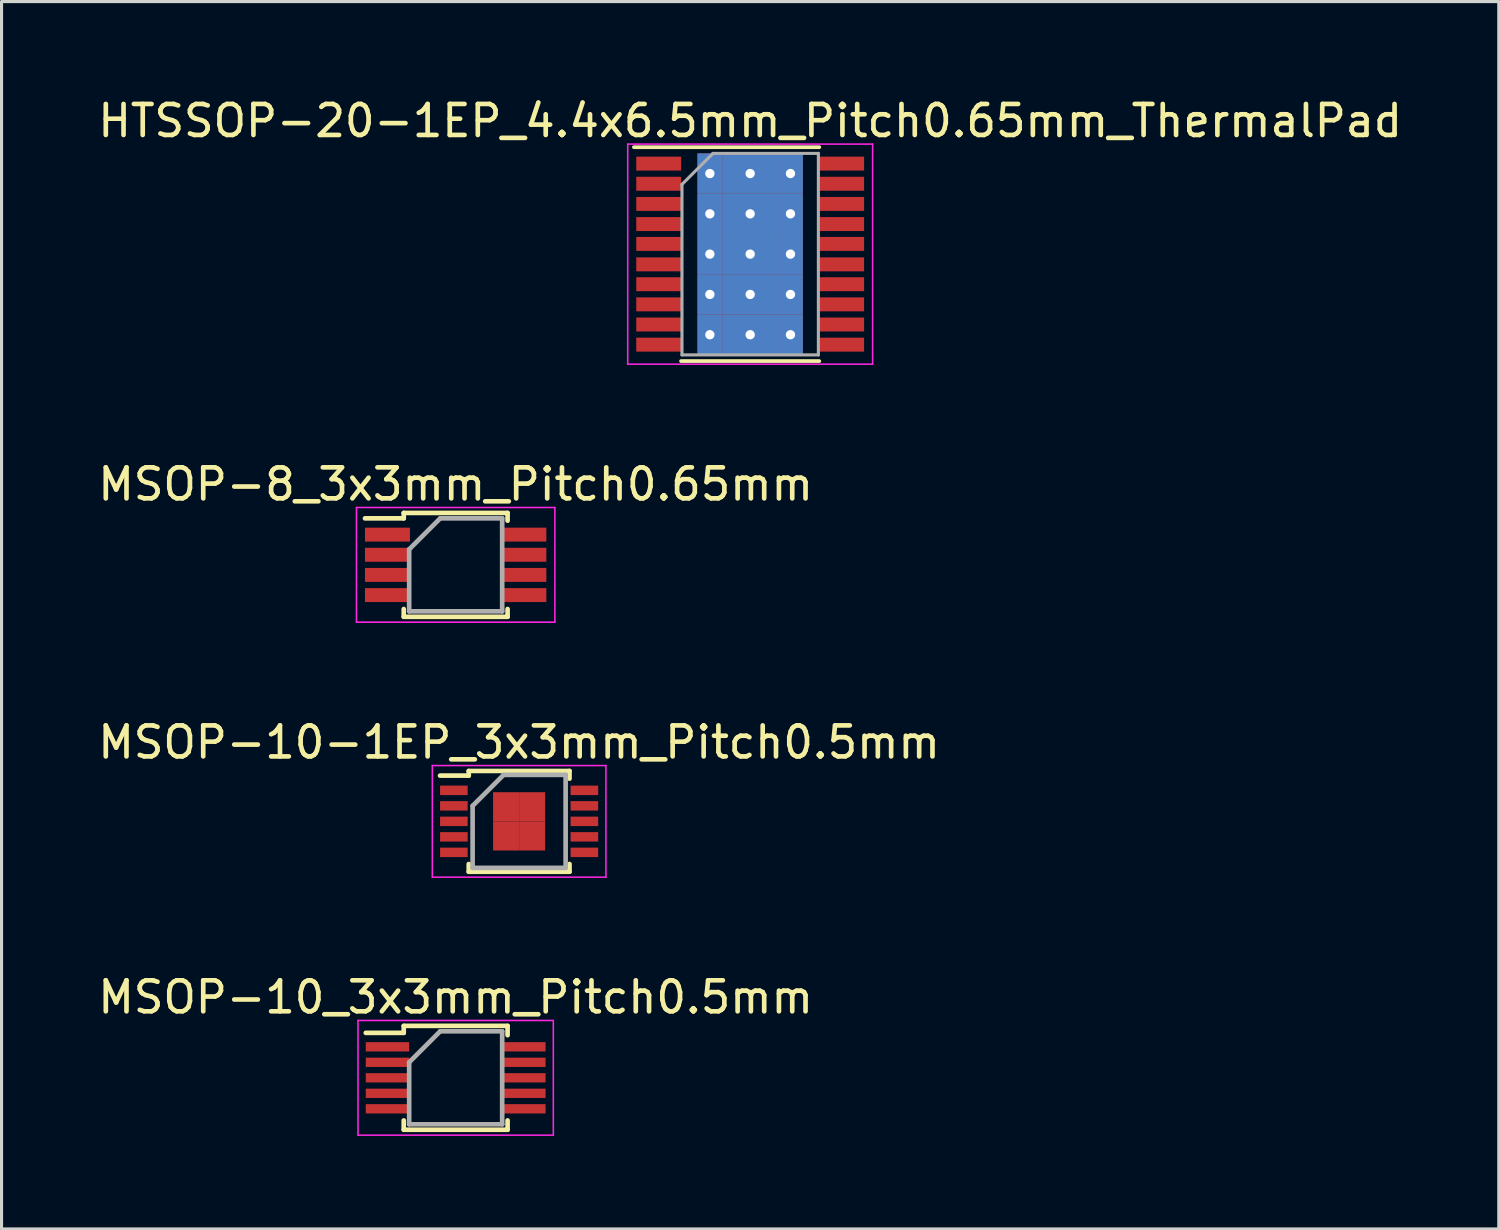
<source format=kicad_pcb>
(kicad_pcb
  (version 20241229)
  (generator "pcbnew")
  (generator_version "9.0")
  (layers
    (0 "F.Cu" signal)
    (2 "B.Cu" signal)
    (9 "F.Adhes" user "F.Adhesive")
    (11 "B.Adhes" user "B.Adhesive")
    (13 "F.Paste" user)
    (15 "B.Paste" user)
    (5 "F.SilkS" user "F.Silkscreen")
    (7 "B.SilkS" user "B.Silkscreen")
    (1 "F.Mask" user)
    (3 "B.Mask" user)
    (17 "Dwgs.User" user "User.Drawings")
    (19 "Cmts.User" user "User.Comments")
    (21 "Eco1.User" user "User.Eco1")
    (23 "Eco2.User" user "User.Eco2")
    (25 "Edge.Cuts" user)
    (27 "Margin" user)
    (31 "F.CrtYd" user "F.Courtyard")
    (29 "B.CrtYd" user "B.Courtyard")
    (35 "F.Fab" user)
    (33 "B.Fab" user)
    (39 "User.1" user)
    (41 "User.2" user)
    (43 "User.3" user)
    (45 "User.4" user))
  (footprint "MSOP-8_3x3mm_Pitch0.65mm"
    (layer "F.Cu")
    (at 11.649 15.171)
    (property "Reference" "MSOP-8_3x3mm_Pitch0.65mm" (at 0 -2.6 0) (layer "F.SilkS") (effects (font (size 1 1) (thickness 0.15))))
    (attr smd)
    (fp_line (start -1.675 -1.675) (end -1.675 -1.5) (stroke (width 0.15) (type solid)) (layer "F.SilkS"))
    (fp_line (start -1.675 -1.675) (end 1.675 -1.675) (stroke (width 0.15) (type solid)) (layer "F.SilkS"))
    (fp_line (start -1.675 -1.5) (end -2.925 -1.5) (stroke (width 0.15) (type solid)) (layer "F.SilkS"))
    (fp_line (start -1.675 1.675) (end -1.675 1.425) (stroke (width 0.15) (type solid)) (layer "F.SilkS"))
    (fp_line (start -1.675 1.675) (end 1.675 1.675) (stroke (width 0.15) (type solid)) (layer "F.SilkS"))
    (fp_line (start 1.675 -1.675) (end 1.675 -1.425) (stroke (width 0.15) (type solid)) (layer "F.SilkS"))
    (fp_line (start 1.675 1.675) (end 1.675 1.425) (stroke (width 0.15) (type solid)) (layer "F.SilkS"))
    (fp_line (start -3.2 -1.85) (end -3.2 1.85) (stroke (width 0.05) (type solid)) (layer "F.CrtYd"))
    (fp_line (start -3.2 -1.85) (end 3.2 -1.85) (stroke (width 0.05) (type solid)) (layer "F.CrtYd"))
    (fp_line (start -3.2 1.85) (end 3.2 1.85) (stroke (width 0.05) (type solid)) (layer "F.CrtYd"))
    (fp_line (start 3.2 -1.85) (end 3.2 1.85) (stroke (width 0.05) (type solid)) (layer "F.CrtYd"))
    (fp_line (start -1.5 -0.5) (end -0.5 -1.5) (stroke (width 0.15) (type solid)) (layer "F.Fab"))
    (fp_line (start -1.5 1.5) (end -1.5 -0.5) (stroke (width 0.15) (type solid)) (layer "F.Fab"))
    (fp_line (start -0.5 -1.5) (end 1.5 -1.5) (stroke (width 0.15) (type solid)) (layer "F.Fab"))
    (fp_line (start 1.5 -1.5) (end 1.5 1.5) (stroke (width 0.15) (type solid)) (layer "F.Fab"))
    (fp_line (start 1.5 1.5) (end -1.5 1.5) (stroke (width 0.15) (type solid)) (layer "F.Fab"))
    (pad "1" smd rect (at -2.2 -0.975) (size 1.45 0.45) (layers "F.Cu" "F.Mask" "F.Paste"))
    (pad "2" smd rect (at -2.2 -0.325) (size 1.45 0.45) (layers "F.Cu" "F.Mask" "F.Paste"))
    (pad "3" smd rect (at -2.2 0.325) (size 1.45 0.45) (layers "F.Cu" "F.Mask" "F.Paste"))
    (pad "4" smd rect (at -2.2 0.975) (size 1.45 0.45) (layers "F.Cu" "F.Mask" "F.Paste"))
    (pad "5" smd rect (at 2.2 0.975) (size 1.45 0.45) (layers "F.Cu" "F.Mask" "F.Paste"))
    (pad "6" smd rect (at 2.2 0.325) (size 1.45 0.45) (layers "F.Cu" "F.Mask" "F.Paste"))
    (pad "7" smd rect (at 2.2 -0.325) (size 1.45 0.45) (layers "F.Cu" "F.Mask" "F.Paste"))
    (pad "8" smd rect (at 2.2 -0.975) (size 1.45 0.45) (layers "F.Cu" "F.Mask" "F.Paste")))
  (footprint "HTSSOP-20-1EP_4.4x6.5mm_Pitch0.65mm_ThermalPad"
    (layer "F.Cu")
    (at 21.149 5.148)
    (property "Reference" "HTSSOP-20-1EP_4.4x6.5mm_Pitch0.65mm_ThermalPad" (at 0 -4.3 0) (layer "F.SilkS") (effects (font (size 1 1) (thickness 0.15))))
    (attr smd)
    (fp_line (start -3.75 -3.45) (end 2.23 -3.45) (stroke (width 0.12) (type solid)) (layer "F.SilkS"))
    (fp_line (start -2.23 3.45) (end 2.23 3.45) (stroke (width 0.12) (type solid)) (layer "F.SilkS"))
    (fp_line (start -3.95 -3.55) (end -3.95 3.55) (stroke (width 0.05) (type solid)) (layer "F.CrtYd"))
    (fp_line (start -3.95 -3.55) (end 3.95 -3.55) (stroke (width 0.05) (type solid)) (layer "F.CrtYd"))
    (fp_line (start -3.95 3.55) (end 3.95 3.55) (stroke (width 0.05) (type solid)) (layer "F.CrtYd"))
    (fp_line (start 3.95 -3.55) (end 3.95 3.55) (stroke (width 0.05) (type solid)) (layer "F.CrtYd"))
    (fp_line (start -2.2 -2.25) (end -1.2 -3.25) (stroke (width 0.1) (type solid)) (layer "F.Fab"))
    (fp_line (start -2.2 3.25) (end -2.2 -2.25) (stroke (width 0.1) (type solid)) (layer "F.Fab"))
    (fp_line (start -1.2 -3.25) (end 2.2 -3.25) (stroke (width 0.1) (type solid)) (layer "F.Fab"))
    (fp_line (start 2.2 -3.25) (end 2.2 3.25) (stroke (width 0.1) (type solid)) (layer "F.Fab"))
    (fp_line (start 2.2 3.25) (end -2.2 3.25) (stroke (width 0.1) (type solid)) (layer "F.Fab"))
    (pad "1" smd rect (at -2.95 -2.92) (size 1.45 0.45) (layers "F.Cu" "F.Mask" "F.Paste"))
    (pad "2" smd rect (at -2.95 -2.27) (size 1.45 0.45) (layers "F.Cu" "F.Mask" "F.Paste"))
    (pad "3" smd rect (at -2.95 -1.62) (size 1.45 0.45) (layers "F.Cu" "F.Mask" "F.Paste"))
    (pad "4" smd rect (at -2.95 -0.97) (size 1.45 0.45) (layers "F.Cu" "F.Mask" "F.Paste"))
    (pad "5" smd rect (at -2.95 -0.33) (size 1.45 0.45) (layers "F.Cu" "F.Mask" "F.Paste"))
    (pad "6" smd rect (at -2.95 0.33) (size 1.45 0.45) (layers "F.Cu" "F.Mask" "F.Paste"))
    (pad "7" smd rect (at -2.95 0.97) (size 1.45 0.45) (layers "F.Cu" "F.Mask" "F.Paste"))
    (pad "8" smd rect (at -2.95 1.62) (size 1.45 0.45) (layers "F.Cu" "F.Mask" "F.Paste"))
    (pad "9" smd rect (at -2.95 2.27) (size 1.45 0.45) (layers "F.Cu" "F.Mask" "F.Paste"))
    (pad "10" smd rect (at -2.95 2.92) (size 1.45 0.45) (layers "F.Cu" "F.Mask" "F.Paste"))
    (pad "11" smd rect (at 2.95 2.92) (size 1.45 0.45) (layers "F.Cu" "F.Mask" "F.Paste"))
    (pad "12" smd rect (at 2.95 2.27) (size 1.45 0.45) (layers "F.Cu" "F.Mask" "F.Paste"))
    (pad "13" smd rect (at 2.95 1.62) (size 1.45 0.45) (layers "F.Cu" "F.Mask" "F.Paste"))
    (pad "14" smd rect (at 2.95 0.97) (size 1.45 0.45) (layers "F.Cu" "F.Mask" "F.Paste"))
    (pad "15" smd rect (at 2.95 0.33) (size 1.45 0.45) (layers "F.Cu" "F.Mask" "F.Paste"))
    (pad "16" smd rect (at 2.95 -0.33) (size 1.45 0.45) (layers "F.Cu" "F.Mask" "F.Paste"))
    (pad "17" smd rect (at 2.95 -0.97) (size 1.45 0.45) (layers "F.Cu" "F.Mask" "F.Paste"))
    (pad "18" smd rect (at 2.95 -1.62) (size 1.45 0.45) (layers "F.Cu" "F.Mask" "F.Paste"))
    (pad "19" smd rect (at 2.95 -2.27) (size 1.45 0.45) (layers "F.Cu" "F.Mask" "F.Paste"))
    (pad "20" smd rect (at 2.95 -2.92) (size 1.45 0.45) (layers "F.Cu" "F.Mask" "F.Paste"))
    (pad "21" thru_hole rect (at -1.3 -2.6) (size 0.8 1.3) (drill 0.3) (layers "*.Cu" "*.Mask"))
    (pad "21" thru_hole rect (at -1.3 -1.3) (size 0.8 1.3) (drill 0.3) (layers "*.Cu" "*.Mask"))
    (pad "21" thru_hole rect (at -1.3 0) (size 0.8 1.3) (drill 0.3) (layers "*.Cu" "*.Mask"))
    (pad "21" thru_hole rect (at -1.3 1.3) (size 0.8 1.3) (drill 0.3) (layers "*.Cu" "*.Mask"))
    (pad "21" thru_hole rect (at -1.3 2.6) (size 0.8 1.3) (drill 0.3) (layers "*.Cu" "*.Mask"))
    (pad "21" thru_hole rect (at 0 -2.6) (size 1.8 1.3) (drill 0.3) (layers "*.Cu" "*.Mask"))
    (pad "21" thru_hole rect (at 0 -1.3) (size 1.8 1.3) (drill 0.3) (layers "*.Cu" "*.Mask"))
    (pad "21" thru_hole rect (at 0 0) (size 1.8 1.3) (drill 0.3) (layers "*.Cu" "*.Mask"))
    (pad "21" thru_hole rect (at 0 1.3) (size 1.8 1.3) (drill 0.3) (layers "*.Cu" "*.Mask"))
    (pad "21" thru_hole rect (at 0 2.6) (size 1.8 1.3) (drill 0.3) (layers "*.Cu" "*.Mask"))
    (pad "21" thru_hole rect (at 1.3 -2.6) (size 0.8 1.3) (drill 0.3) (layers "*.Cu" "*.Mask"))
    (pad "21" thru_hole rect (at 1.3 -1.3) (size 0.8 1.3) (drill 0.3) (layers "*.Cu" "*.Mask"))
    (pad "21" thru_hole rect (at 1.3 0) (size 0.8 1.3) (drill 0.3) (layers "*.Cu" "*.Mask"))
    (pad "21" thru_hole rect (at 1.3 1.3) (size 0.8 1.3) (drill 0.3) (layers "*.Cu" "*.Mask"))
    (pad "21" thru_hole rect (at 1.3 2.6) (size 0.8 1.3) (drill 0.3) (layers "*.Cu" "*.Mask")))
  (footprint "MSOP-10_3x3mm_Pitch0.5mm"
    (layer "F.Cu")
    (at 11.649 31.718)
    (property "Reference" "MSOP-10_3x3mm_Pitch0.5mm" (at 0 -2.6 0) (layer "F.SilkS") (effects (font (size 1 1) (thickness 0.15))))
    (attr smd)
    (fp_line (start -1.675 -1.675) (end -1.675 -1.45) (stroke (width 0.15) (type solid)) (layer "F.SilkS"))
    (fp_line (start -1.675 -1.675) (end 1.675 -1.675) (stroke (width 0.15) (type solid)) (layer "F.SilkS"))
    (fp_line (start -1.675 -1.45) (end -2.9 -1.45) (stroke (width 0.15) (type solid)) (layer "F.SilkS"))
    (fp_line (start -1.675 1.675) (end -1.675 1.375) (stroke (width 0.15) (type solid)) (layer "F.SilkS"))
    (fp_line (start -1.675 1.675) (end 1.675 1.675) (stroke (width 0.15) (type solid)) (layer "F.SilkS"))
    (fp_line (start 1.675 -1.675) (end 1.675 -1.375) (stroke (width 0.15) (type solid)) (layer "F.SilkS"))
    (fp_line (start 1.675 1.675) (end 1.675 1.375) (stroke (width 0.15) (type solid)) (layer "F.SilkS"))
    (fp_line (start -3.15 -1.85) (end -3.15 1.85) (stroke (width 0.05) (type solid)) (layer "F.CrtYd"))
    (fp_line (start -3.15 -1.85) (end 3.15 -1.85) (stroke (width 0.05) (type solid)) (layer "F.CrtYd"))
    (fp_line (start -3.15 1.85) (end 3.15 1.85) (stroke (width 0.05) (type solid)) (layer "F.CrtYd"))
    (fp_line (start 3.15 -1.85) (end 3.15 1.85) (stroke (width 0.05) (type solid)) (layer "F.CrtYd"))
    (fp_line (start -1.5 -0.5) (end -0.5 -1.5) (stroke (width 0.15) (type solid)) (layer "F.Fab"))
    (fp_line (start -1.5 1.5) (end -1.5 -0.5) (stroke (width 0.15) (type solid)) (layer "F.Fab"))
    (fp_line (start -0.5 -1.5) (end 1.5 -1.5) (stroke (width 0.15) (type solid)) (layer "F.Fab"))
    (fp_line (start 1.5 -1.5) (end 1.5 1.5) (stroke (width 0.15) (type solid)) (layer "F.Fab"))
    (fp_line (start 1.5 1.5) (end -1.5 1.5) (stroke (width 0.15) (type solid)) (layer "F.Fab"))
    (pad "1" smd rect (at -2.2 -1) (size 1.4 0.3) (layers "F.Cu" "F.Mask" "F.Paste"))
    (pad "2" smd rect (at -2.2 -0.5) (size 1.4 0.3) (layers "F.Cu" "F.Mask" "F.Paste"))
    (pad "3" smd rect (at -2.2 0) (size 1.4 0.3) (layers "F.Cu" "F.Mask" "F.Paste"))
    (pad "4" smd rect (at -2.2 0.5) (size 1.4 0.3) (layers "F.Cu" "F.Mask" "F.Paste"))
    (pad "5" smd rect (at -2.2 1) (size 1.4 0.3) (layers "F.Cu" "F.Mask" "F.Paste"))
    (pad "6" smd rect (at 2.2 1) (size 1.4 0.3) (layers "F.Cu" "F.Mask" "F.Paste"))
    (pad "7" smd rect (at 2.2 0.5) (size 1.4 0.3) (layers "F.Cu" "F.Mask" "F.Paste"))
    (pad "8" smd rect (at 2.2 0) (size 1.4 0.3) (layers "F.Cu" "F.Mask" "F.Paste"))
    (pad "9" smd rect (at 2.2 -0.5) (size 1.4 0.3) (layers "F.Cu" "F.Mask" "F.Paste"))
    (pad "10" smd rect (at 2.2 -1) (size 1.4 0.3) (layers "F.Cu" "F.Mask" "F.Paste")))
  (footprint "MSOP-10-1EP_3x3mm_Pitch0.5mm"
    (layer "F.Cu")
    (at 13.696 23.445)
    (property "Reference" "MSOP-10-1EP_3x3mm_Pitch0.5mm" (at 0 -2.55 0) (layer "F.SilkS") (effects (font (size 1 1) (thickness 0.15))))
    (attr smd)
    (fp_line (start -1.625 -1.625) (end -1.625 -1.475) (stroke (width 0.15) (type solid)) (layer "F.SilkS"))
    (fp_line (start -1.625 -1.625) (end 1.625 -1.625) (stroke (width 0.15) (type solid)) (layer "F.SilkS"))
    (fp_line (start -1.625 -1.475) (end -2.55 -1.475) (stroke (width 0.15) (type solid)) (layer "F.SilkS"))
    (fp_line (start -1.625 1.625) (end -1.625 1.377) (stroke (width 0.15) (type solid)) (layer "F.SilkS"))
    (fp_line (start -1.625 1.625) (end 1.625 1.625) (stroke (width 0.15) (type solid)) (layer "F.SilkS"))
    (fp_line (start 1.625 -1.625) (end 1.625 -1.377) (stroke (width 0.15) (type solid)) (layer "F.SilkS"))
    (fp_line (start 1.625 1.625) (end 1.625 1.377) (stroke (width 0.15) (type solid)) (layer "F.SilkS"))
    (fp_line (start -2.8 -1.8) (end -2.8 1.8) (stroke (width 0.05) (type solid)) (layer "F.CrtYd"))
    (fp_line (start -2.8 -1.8) (end 2.8 -1.8) (stroke (width 0.05) (type solid)) (layer "F.CrtYd"))
    (fp_line (start -2.8 1.8) (end 2.8 1.8) (stroke (width 0.05) (type solid)) (layer "F.CrtYd"))
    (fp_line (start 2.8 -1.8) (end 2.8 1.8) (stroke (width 0.05) (type solid)) (layer "F.CrtYd"))
    (fp_line (start -1.5 -0.5) (end -0.5 -1.5) (stroke (width 0.15) (type solid)) (layer "F.Fab"))
    (fp_line (start -1.5 1.5) (end -1.5 -0.5) (stroke (width 0.15) (type solid)) (layer "F.Fab"))
    (fp_line (start -0.5 -1.5) (end 1.5 -1.5) (stroke (width 0.15) (type solid)) (layer "F.Fab"))
    (fp_line (start 1.5 -1.5) (end 1.5 1.5) (stroke (width 0.15) (type solid)) (layer "F.Fab"))
    (fp_line (start 1.5 1.5) (end -1.5 1.5) (stroke (width 0.15) (type solid)) (layer "F.Fab"))
    (pad "1" smd rect (at -2.105 -1) (size 0.89 0.305) (layers "F.Cu" "F.Mask" "F.Paste"))
    (pad "2" smd rect (at -2.105 -0.5) (size 0.89 0.305) (layers "F.Cu" "F.Mask" "F.Paste"))
    (pad "3" smd rect (at -2.105 0) (size 0.89 0.305) (layers "F.Cu" "F.Mask" "F.Paste"))
    (pad "4" smd rect (at -2.105 0.5) (size 0.89 0.305) (layers "F.Cu" "F.Mask" "F.Paste"))
    (pad "5" smd rect (at -2.105 1) (size 0.89 0.305) (layers "F.Cu" "F.Mask" "F.Paste"))
    (pad "6" smd rect (at 2.105 1) (size 0.89 0.305) (layers "F.Cu" "F.Mask" "F.Paste"))
    (pad "7" smd rect (at 2.105 0.5) (size 0.89 0.305) (layers "F.Cu" "F.Mask" "F.Paste"))
    (pad "8" smd rect (at 2.105 0) (size 0.89 0.305) (layers "F.Cu" "F.Mask" "F.Paste"))
    (pad "9" smd rect (at 2.105 -0.5) (size 0.89 0.305) (layers "F.Cu" "F.Mask" "F.Paste"))
    (pad "10" smd rect (at 2.105 -1) (size 0.89 0.305) (layers "F.Cu" "F.Mask" "F.Paste"))
    (pad "11" smd rect (at -0.42 -0.47) (size 0.84 0.94) (layers "F.Cu" "F.Mask" "F.Paste"))
    (pad "11" smd rect (at -0.42 0.47) (size 0.84 0.94) (layers "F.Cu" "F.Mask" "F.Paste"))
    (pad "11" smd rect (at 0.42 -0.47) (size 0.84 0.94) (layers "F.Cu" "F.Mask" "F.Paste"))
    (pad "11" smd rect (at 0.42 0.47) (size 0.84 0.94) (layers "F.Cu" "F.Mask" "F.Paste")))
  (gr_rect
    (start -3 -3)
    (end 45.298 36.593)
    (stroke (width 0.1) (type default))
    (fill no)
    (layer "Edge.Cuts")))
</source>
